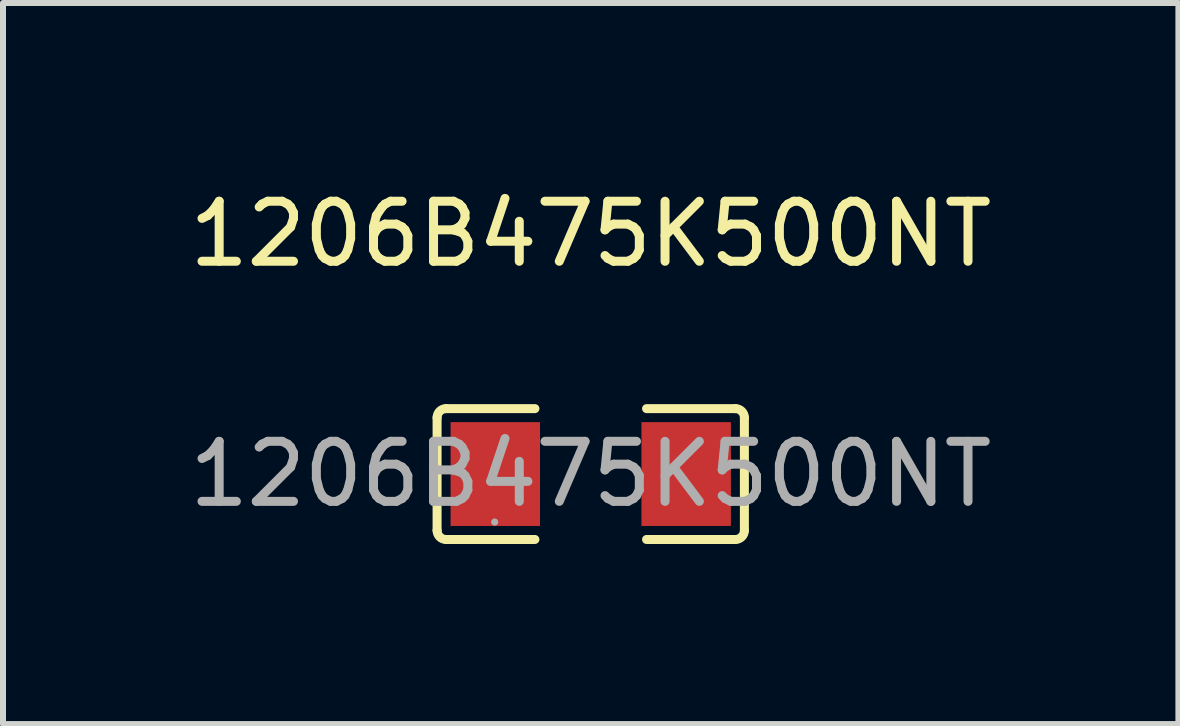
<source format=kicad_pcb>
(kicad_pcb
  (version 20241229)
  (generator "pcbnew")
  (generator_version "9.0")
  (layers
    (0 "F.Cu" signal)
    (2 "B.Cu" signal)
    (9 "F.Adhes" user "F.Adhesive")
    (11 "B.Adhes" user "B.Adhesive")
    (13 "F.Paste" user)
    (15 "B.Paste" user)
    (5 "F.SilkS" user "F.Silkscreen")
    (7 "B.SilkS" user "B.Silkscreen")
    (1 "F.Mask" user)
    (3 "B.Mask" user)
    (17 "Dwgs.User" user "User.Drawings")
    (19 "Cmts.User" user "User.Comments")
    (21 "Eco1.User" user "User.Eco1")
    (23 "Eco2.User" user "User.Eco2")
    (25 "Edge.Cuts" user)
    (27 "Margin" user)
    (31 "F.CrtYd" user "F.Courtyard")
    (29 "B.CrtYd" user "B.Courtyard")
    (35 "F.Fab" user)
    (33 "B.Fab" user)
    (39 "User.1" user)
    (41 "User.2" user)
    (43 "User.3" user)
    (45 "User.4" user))
  (footprint "1206B475K500NT"
    (layer "F.Cu")
    (at 6.792 4.848)
    (property "Reference" "1206B475K500NT" (at 0 -4 0) (layer "F.SilkS") (effects (font (size 1 1) (thickness 0.15))))
    (attr smd)
    (fp_line (start -2.56 0.94) (end -2.56 -0.94) (stroke (width 0.15) (type solid)) (layer "F.SilkS"))
    (fp_line (start -2.41 -1.09) (end -0.93 -1.09) (stroke (width 0.15) (type solid)) (layer "F.SilkS"))
    (fp_line (start -0.93 1.09) (end -2.41 1.09) (stroke (width 0.15) (type solid)) (layer "F.SilkS"))
    (fp_line (start 0.93 1.09) (end 2.41 1.09) (stroke (width 0.15) (type solid)) (layer "F.SilkS"))
    (fp_line (start 2.41 -1.09) (end 0.93 -1.09) (stroke (width 0.15) (type solid)) (layer "F.SilkS"))
    (fp_line (start 2.56 0.94) (end 2.56 -0.94) (stroke (width 0.15) (type solid)) (layer "F.SilkS"))
    (fp_arc (start -2.56 -0.94) (mid -2.516066 -1.046066) (end -2.41 -1.09) (stroke (width 0.15) (type solid)) (layer "F.SilkS"))
    (fp_arc (start -2.41 1.09) (mid -2.516066 1.046066) (end -2.56 0.94) (stroke (width 0.15) (type solid)) (layer "F.SilkS"))
    (fp_arc (start 2.41 -1.09) (mid 2.516066 -1.046066) (end 2.56 -0.94) (stroke (width 0.15) (type solid)) (layer "F.SilkS"))
    (fp_arc (start 2.56 0.94) (mid 2.516066 1.046066) (end 2.41 1.09) (stroke (width 0.15) (type solid)) (layer "F.SilkS"))
    (fp_circle (center -1.6 0.8) (end -1.57 0.8) (stroke (width 0.06) (type solid)) (fill no) (layer "F.Fab"))
    (fp_text user "${REFERENCE}" (at 0 0 0) (layer "F.Fab") (effects (font (size 1 1) (thickness 0.15))))
    (pad "1" smd rect (at -1.59 0) (size 1.49 1.73) (layers "F.Cu" "F.Mask" "F.Paste"))
    (pad "2" smd rect (at 1.59 0) (size 1.49 1.73) (layers "F.Cu" "F.Mask" "F.Paste")))
  (gr_rect
    (start -3 -3)
    (end 16.583 9.013)
    (stroke (width 0.1) (type default))
    (fill no)
    (layer "Edge.Cuts")))
</source>
